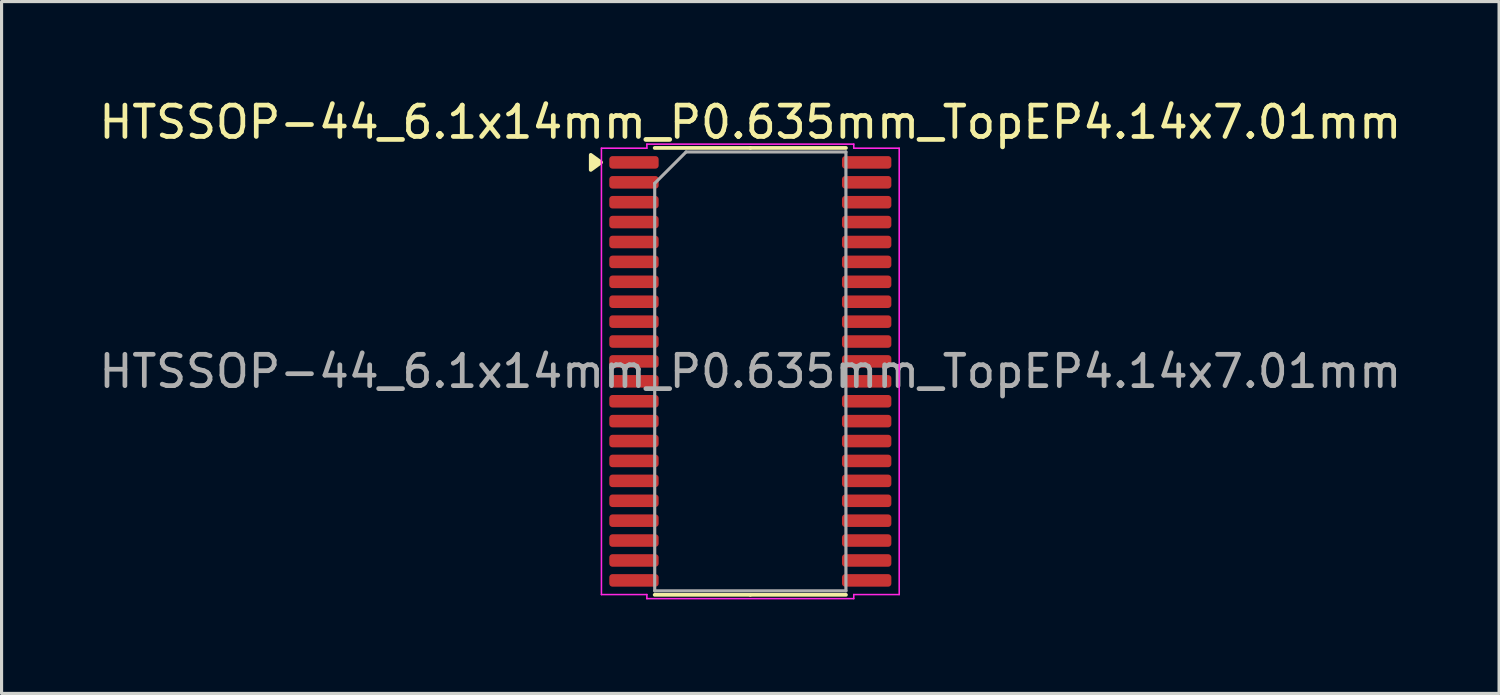
<source format=kicad_pcb>
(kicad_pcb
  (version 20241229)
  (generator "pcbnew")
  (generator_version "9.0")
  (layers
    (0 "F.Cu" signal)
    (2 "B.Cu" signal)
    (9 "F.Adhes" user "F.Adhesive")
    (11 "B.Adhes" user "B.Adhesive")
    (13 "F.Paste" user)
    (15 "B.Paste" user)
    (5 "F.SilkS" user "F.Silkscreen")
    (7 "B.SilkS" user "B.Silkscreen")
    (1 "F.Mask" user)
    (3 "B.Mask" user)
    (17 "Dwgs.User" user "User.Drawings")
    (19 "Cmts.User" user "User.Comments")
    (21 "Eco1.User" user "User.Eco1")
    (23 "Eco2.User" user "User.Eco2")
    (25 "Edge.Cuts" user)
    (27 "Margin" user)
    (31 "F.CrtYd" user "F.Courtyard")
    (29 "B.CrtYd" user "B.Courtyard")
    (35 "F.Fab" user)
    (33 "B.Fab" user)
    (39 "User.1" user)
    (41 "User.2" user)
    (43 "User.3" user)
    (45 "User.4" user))
  (footprint "HTSSOP-44_6.1x14mm_P0.635mm_TopEP4.14x7.01mm"
    (layer "F.Cu")
    (at 20.887 8.798)
    (property "Reference" "HTSSOP-44_6.1x14mm_P0.635mm_TopEP4.14x7.01mm" (at 0 -7.95 0) (layer "F.SilkS") (effects (font (size 1 1) (thickness 0.15))))
    (attr smd)
    (fp_line (start 0 -7.128) (end -3.05 -7.128) (stroke (width 0.12) (type solid)) (layer "F.SilkS"))
    (fp_line (start 0 -7.128) (end 3.05 -7.128) (stroke (width 0.12) (type solid)) (layer "F.SilkS"))
    (fp_line (start 0 7.128) (end -3.05 7.128) (stroke (width 0.12) (type solid)) (layer "F.SilkS"))
    (fp_line (start 0 7.128) (end 3.05 7.128) (stroke (width 0.12) (type solid)) (layer "F.SilkS"))
    (fp_poly (pts (xy -4.76 -6.668) (xy -5.09 -6.428) (xy -5.09 -6.907)) (stroke (width 0.12) (type solid)) (fill yes) (layer "F.SilkS"))
    (fp_line (start -4.75 -7.12) (end -3.3 -7.12) (stroke (width 0.05) (type solid)) (layer "F.CrtYd"))
    (fp_line (start -4.75 7.12) (end -4.75 -7.12) (stroke (width 0.05) (type solid)) (layer "F.CrtYd"))
    (fp_line (start -3.3 -7.25) (end 3.3 -7.25) (stroke (width 0.05) (type solid)) (layer "F.CrtYd"))
    (fp_line (start -3.3 -7.12) (end -3.3 -7.25) (stroke (width 0.05) (type solid)) (layer "F.CrtYd"))
    (fp_line (start -3.3 7.12) (end -4.75 7.12) (stroke (width 0.05) (type solid)) (layer "F.CrtYd"))
    (fp_line (start -3.3 7.25) (end -3.3 7.12) (stroke (width 0.05) (type solid)) (layer "F.CrtYd"))
    (fp_line (start 3.3 -7.25) (end 3.3 -7.12) (stroke (width 0.05) (type solid)) (layer "F.CrtYd"))
    (fp_line (start 3.3 -7.12) (end 4.75 -7.12) (stroke (width 0.05) (type solid)) (layer "F.CrtYd"))
    (fp_line (start 3.3 7.12) (end 3.3 7.25) (stroke (width 0.05) (type solid)) (layer "F.CrtYd"))
    (fp_line (start 3.3 7.25) (end -3.3 7.25) (stroke (width 0.05) (type solid)) (layer "F.CrtYd"))
    (fp_line (start 4.75 -7.12) (end 4.75 7.12) (stroke (width 0.05) (type solid)) (layer "F.CrtYd"))
    (fp_line (start 4.75 7.12) (end 3.3 7.12) (stroke (width 0.05) (type solid)) (layer "F.CrtYd"))
    (fp_line (start -3.05 -6) (end -2.05 -7) (stroke (width 0.1) (type solid)) (layer "F.Fab"))
    (fp_line (start -3.05 7) (end -3.05 -6) (stroke (width 0.1) (type solid)) (layer "F.Fab"))
    (fp_line (start -2.05 -7) (end 3.05 -7) (stroke (width 0.1) (type solid)) (layer "F.Fab"))
    (fp_line (start 3.05 -7) (end 3.05 7) (stroke (width 0.1) (type solid)) (layer "F.Fab"))
    (fp_line (start 3.05 7) (end -3.05 7) (stroke (width 0.1) (type solid)) (layer "F.Fab"))
    (fp_text user "${REFERENCE}" (at 0 0 0) (layer "F.Fab") (effects (font (size 1 1) (thickness 0.15))))
    (pad "1" smd roundrect (at -3.712 -6.668) (size 1.575 0.4) (layers "F.Cu" "F.Mask" "F.Paste") (roundrect_rratio 0.25))
    (pad "2" smd roundrect (at -3.712 -6.032) (size 1.575 0.4) (layers "F.Cu" "F.Mask" "F.Paste") (roundrect_rratio 0.25))
    (pad "3" smd roundrect (at -3.712 -5.397) (size 1.575 0.4) (layers "F.Cu" "F.Mask" "F.Paste") (roundrect_rratio 0.25))
    (pad "4" smd roundrect (at -3.712 -4.763) (size 1.575 0.4) (layers "F.Cu" "F.Mask" "F.Paste") (roundrect_rratio 0.25))
    (pad "5" smd roundrect (at -3.712 -4.128) (size 1.575 0.4) (layers "F.Cu" "F.Mask" "F.Paste") (roundrect_rratio 0.25))
    (pad "6" smd roundrect (at -3.712 -3.493) (size 1.575 0.4) (layers "F.Cu" "F.Mask" "F.Paste") (roundrect_rratio 0.25))
    (pad "7" smd roundrect (at -3.712 -2.857) (size 1.575 0.4) (layers "F.Cu" "F.Mask" "F.Paste") (roundrect_rratio 0.25))
    (pad "8" smd roundrect (at -3.712 -2.223) (size 1.575 0.4) (layers "F.Cu" "F.Mask" "F.Paste") (roundrect_rratio 0.25))
    (pad "9" smd roundrect (at -3.712 -1.587) (size 1.575 0.4) (layers "F.Cu" "F.Mask" "F.Paste") (roundrect_rratio 0.25))
    (pad "10" smd roundrect (at -3.712 -0.953) (size 1.575 0.4) (layers "F.Cu" "F.Mask" "F.Paste") (roundrect_rratio 0.25))
    (pad "11" smd roundrect (at -3.712 -0.318) (size 1.575 0.4) (layers "F.Cu" "F.Mask" "F.Paste") (roundrect_rratio 0.25))
    (pad "12" smd roundrect (at -3.712 0.318) (size 1.575 0.4) (layers "F.Cu" "F.Mask" "F.Paste") (roundrect_rratio 0.25))
    (pad "13" smd roundrect (at -3.712 0.953) (size 1.575 0.4) (layers "F.Cu" "F.Mask" "F.Paste") (roundrect_rratio 0.25))
    (pad "14" smd roundrect (at -3.712 1.587) (size 1.575 0.4) (layers "F.Cu" "F.Mask" "F.Paste") (roundrect_rratio 0.25))
    (pad "15" smd roundrect (at -3.712 2.223) (size 1.575 0.4) (layers "F.Cu" "F.Mask" "F.Paste") (roundrect_rratio 0.25))
    (pad "16" smd roundrect (at -3.712 2.857) (size 1.575 0.4) (layers "F.Cu" "F.Mask" "F.Paste") (roundrect_rratio 0.25))
    (pad "17" smd roundrect (at -3.712 3.493) (size 1.575 0.4) (layers "F.Cu" "F.Mask" "F.Paste") (roundrect_rratio 0.25))
    (pad "18" smd roundrect (at -3.712 4.128) (size 1.575 0.4) (layers "F.Cu" "F.Mask" "F.Paste") (roundrect_rratio 0.25))
    (pad "19" smd roundrect (at -3.712 4.763) (size 1.575 0.4) (layers "F.Cu" "F.Mask" "F.Paste") (roundrect_rratio 0.25))
    (pad "20" smd roundrect (at -3.712 5.397) (size 1.575 0.4) (layers "F.Cu" "F.Mask" "F.Paste") (roundrect_rratio 0.25))
    (pad "21" smd roundrect (at -3.712 6.032) (size 1.575 0.4) (layers "F.Cu" "F.Mask" "F.Paste") (roundrect_rratio 0.25))
    (pad "22" smd roundrect (at -3.712 6.668) (size 1.575 0.4) (layers "F.Cu" "F.Mask" "F.Paste") (roundrect_rratio 0.25))
    (pad "23" smd roundrect (at 3.712 6.668) (size 1.575 0.4) (layers "F.Cu" "F.Mask" "F.Paste") (roundrect_rratio 0.25))
    (pad "24" smd roundrect (at 3.712 6.032) (size 1.575 0.4) (layers "F.Cu" "F.Mask" "F.Paste") (roundrect_rratio 0.25))
    (pad "25" smd roundrect (at 3.712 5.397) (size 1.575 0.4) (layers "F.Cu" "F.Mask" "F.Paste") (roundrect_rratio 0.25))
    (pad "26" smd roundrect (at 3.712 4.763) (size 1.575 0.4) (layers "F.Cu" "F.Mask" "F.Paste") (roundrect_rratio 0.25))
    (pad "27" smd roundrect (at 3.712 4.128) (size 1.575 0.4) (layers "F.Cu" "F.Mask" "F.Paste") (roundrect_rratio 0.25))
    (pad "28" smd roundrect (at 3.712 3.493) (size 1.575 0.4) (layers "F.Cu" "F.Mask" "F.Paste") (roundrect_rratio 0.25))
    (pad "29" smd roundrect (at 3.712 2.857) (size 1.575 0.4) (layers "F.Cu" "F.Mask" "F.Paste") (roundrect_rratio 0.25))
    (pad "30" smd roundrect (at 3.712 2.223) (size 1.575 0.4) (layers "F.Cu" "F.Mask" "F.Paste") (roundrect_rratio 0.25))
    (pad "31" smd roundrect (at 3.712 1.587) (size 1.575 0.4) (layers "F.Cu" "F.Mask" "F.Paste") (roundrect_rratio 0.25))
    (pad "32" smd roundrect (at 3.712 0.953) (size 1.575 0.4) (layers "F.Cu" "F.Mask" "F.Paste") (roundrect_rratio 0.25))
    (pad "33" smd roundrect (at 3.712 0.318) (size 1.575 0.4) (layers "F.Cu" "F.Mask" "F.Paste") (roundrect_rratio 0.25))
    (pad "34" smd roundrect (at 3.712 -0.318) (size 1.575 0.4) (layers "F.Cu" "F.Mask" "F.Paste") (roundrect_rratio 0.25))
    (pad "35" smd roundrect (at 3.712 -0.953) (size 1.575 0.4) (layers "F.Cu" "F.Mask" "F.Paste") (roundrect_rratio 0.25))
    (pad "36" smd roundrect (at 3.712 -1.587) (size 1.575 0.4) (layers "F.Cu" "F.Mask" "F.Paste") (roundrect_rratio 0.25))
    (pad "37" smd roundrect (at 3.712 -2.223) (size 1.575 0.4) (layers "F.Cu" "F.Mask" "F.Paste") (roundrect_rratio 0.25))
    (pad "38" smd roundrect (at 3.712 -2.857) (size 1.575 0.4) (layers "F.Cu" "F.Mask" "F.Paste") (roundrect_rratio 0.25))
    (pad "39" smd roundrect (at 3.712 -3.493) (size 1.575 0.4) (layers "F.Cu" "F.Mask" "F.Paste") (roundrect_rratio 0.25))
    (pad "40" smd roundrect (at 3.712 -4.128) (size 1.575 0.4) (layers "F.Cu" "F.Mask" "F.Paste") (roundrect_rratio 0.25))
    (pad "41" smd roundrect (at 3.712 -4.763) (size 1.575 0.4) (layers "F.Cu" "F.Mask" "F.Paste") (roundrect_rratio 0.25))
    (pad "42" smd roundrect (at 3.712 -5.397) (size 1.575 0.4) (layers "F.Cu" "F.Mask" "F.Paste") (roundrect_rratio 0.25))
    (pad "43" smd roundrect (at 3.712 -6.032) (size 1.575 0.4) (layers "F.Cu" "F.Mask" "F.Paste") (roundrect_rratio 0.25))
    (pad "44" smd roundrect (at 3.712 -6.668) (size 1.575 0.4) (layers "F.Cu" "F.Mask" "F.Paste") (roundrect_rratio 0.25)))
  (gr_rect
    (start -3 -3)
    (end 44.774 19.073)
    (stroke (width 0.1) (type default))
    (fill no)
    (layer "Edge.Cuts")))
</source>
